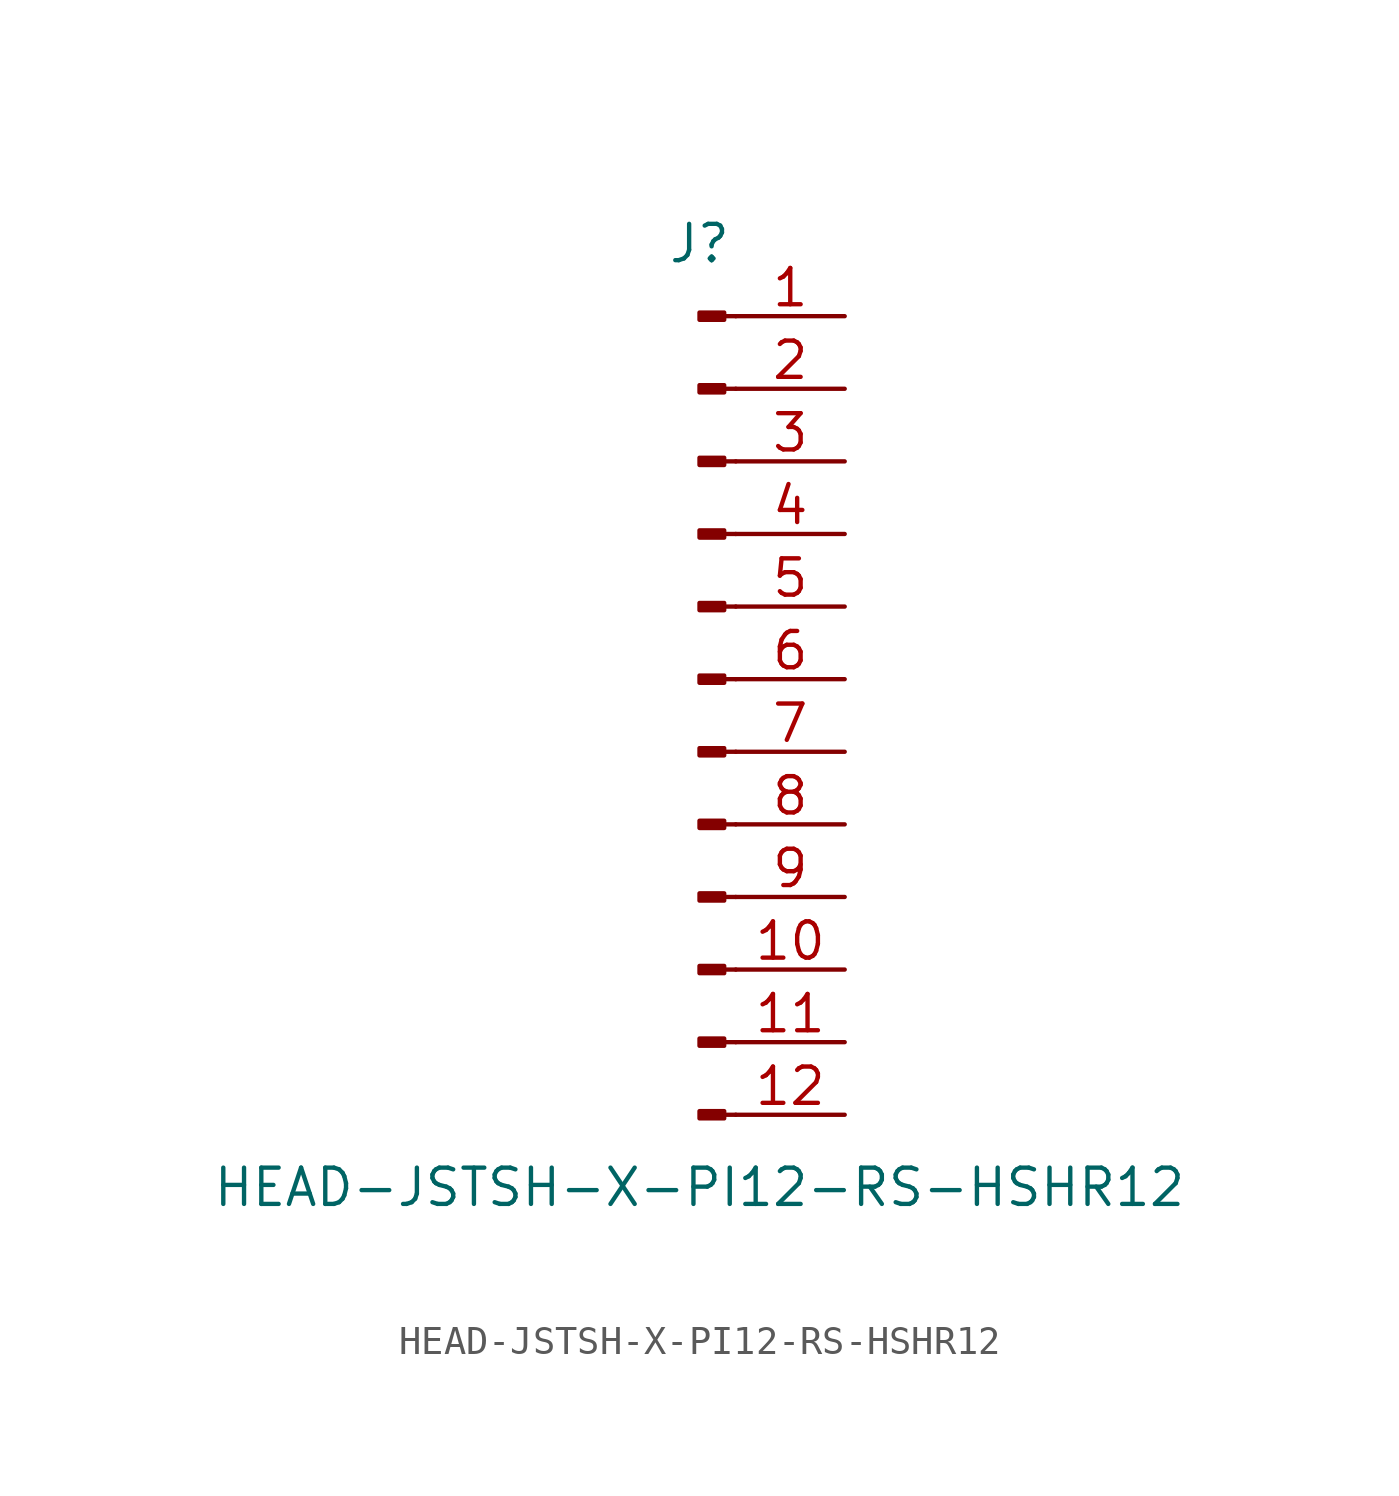
<source format=kicad_sym>
(kicad_symbol_lib
  (version 20211014)
  (generator kicad_symbol_editor)
  (symbol "HEAD-JSTSH-X-PI12-RS-HSHR12"
    (pin_names
      (offset 1.016) hide)
    (property "Reference" "J"
      (at 0 15.24 0)
      (effects (font (size 1.27 1.27))))
    (property "Value" "HEAD-JSTSH-X-PI12-RS-HSHR12"
      (at 0 -17.78 0)
      (effects (font (size 1.27 1.27))))
    (symbol "HEAD-JSTSH-X-PI12-RS-HSHR12_1_1"
      (polyline (pts (xy 1.27 -15.24) (xy 0.864 -15.24)) (stroke (width 0.152) (type default) (color 0 0 0 0)) (fill (type none)))
      (polyline (pts (xy 1.27 -12.7) (xy 0.864 -12.7)) (stroke (width 0.152) (type default) (color 0 0 0 0)) (fill (type none)))
      (polyline (pts (xy 1.27 -10.16) (xy 0.864 -10.16)) (stroke (width 0.152) (type default) (color 0 0 0 0)) (fill (type none)))
      (polyline (pts (xy 1.27 -7.62) (xy 0.864 -7.62)) (stroke (width 0.152) (type default) (color 0 0 0 0)) (fill (type none)))
      (polyline (pts (xy 1.27 -5.08) (xy 0.864 -5.08)) (stroke (width 0.152) (type default) (color 0 0 0 0)) (fill (type none)))
      (polyline (pts (xy 1.27 -2.54) (xy 0.864 -2.54)) (stroke (width 0.152) (type default) (color 0 0 0 0)) (fill (type none)))
      (polyline (pts (xy 1.27 0) (xy 0.864 0)) (stroke (width 0.152) (type default) (color 0 0 0 0)) (fill (type none)))
      (polyline (pts (xy 1.27 2.54) (xy 0.864 2.54)) (stroke (width 0.152) (type default) (color 0 0 0 0)) (fill (type none)))
      (polyline (pts (xy 1.27 5.08) (xy 0.864 5.08)) (stroke (width 0.152) (type default) (color 0 0 0 0)) (fill (type none)))
      (polyline (pts (xy 1.27 7.62) (xy 0.864 7.62)) (stroke (width 0.152) (type default) (color 0 0 0 0)) (fill (type none)))
      (polyline (pts (xy 1.27 10.16) (xy 0.864 10.16)) (stroke (width 0.152) (type default) (color 0 0 0 0)) (fill (type none)))
      (polyline (pts (xy 1.27 12.7) (xy 0.864 12.7)) (stroke (width 0.152) (type default) (color 0 0 0 0)) (fill (type none)))
      (rectangle (start 0.864 -15.113) (end 0 -15.367) (stroke (width 0.152) (type default) (color 0 0 0 0)) (fill (type outline)))
      (rectangle (start 0.864 -12.573) (end 0 -12.827) (stroke (width 0.152) (type default) (color 0 0 0 0)) (fill (type outline)))
      (rectangle (start 0.864 -10.033) (end 0 -10.287) (stroke (width 0.152) (type default) (color 0 0 0 0)) (fill (type outline)))
      (rectangle (start 0.864 -7.493) (end 0 -7.747) (stroke (width 0.152) (type default) (color 0 0 0 0)) (fill (type outline)))
      (rectangle (start 0.864 -4.953) (end 0 -5.207) (stroke (width 0.152) (type default) (color 0 0 0 0)) (fill (type outline)))
      (rectangle (start 0.864 -2.413) (end 0 -2.667) (stroke (width 0.152) (type default) (color 0 0 0 0)) (fill (type outline)))
      (rectangle (start 0.864 0.127) (end 0 -0.127) (stroke (width 0.152) (type default) (color 0 0 0 0)) (fill (type outline)))
      (rectangle (start 0.864 2.667) (end 0 2.413) (stroke (width 0.152) (type default) (color 0 0 0 0)) (fill (type outline)))
      (rectangle (start 0.864 5.207) (end 0 4.953) (stroke (width 0.152) (type default) (color 0 0 0 0)) (fill (type outline)))
      (rectangle (start 0.864 7.747) (end 0 7.493) (stroke (width 0.152) (type default) (color 0 0 0 0)) (fill (type outline)))
      (rectangle (start 0.864 10.287) (end 0 10.033) (stroke (width 0.152) (type default) (color 0 0 0 0)) (fill (type outline)))
      (rectangle (start 0.864 12.827) (end 0 12.573) (stroke (width 0.152) (type default) (color 0 0 0 0)) (fill (type outline)))
      (pin passive line (at 5.08 12.7 180) (length 3.81) (name "Pin_1" (effects (font (size 1.27 1.27)))) (number "1" (effects (font (size 1.27 1.27)))))
      (pin passive line (at 5.08 -10.16 180) (length 3.81) (name "Pin_10" (effects (font (size 1.27 1.27)))) (number "10" (effects (font (size 1.27 1.27)))))
      (pin passive line (at 5.08 -12.7 180) (length 3.81) (name "Pin_11" (effects (font (size 1.27 1.27)))) (number "11" (effects (font (size 1.27 1.27)))))
      (pin passive line (at 5.08 -15.24 180) (length 3.81) (name "Pin_12" (effects (font (size 1.27 1.27)))) (number "12" (effects (font (size 1.27 1.27)))))
      (pin passive line (at 5.08 10.16 180) (length 3.81) (name "Pin_2" (effects (font (size 1.27 1.27)))) (number "2" (effects (font (size 1.27 1.27)))))
      (pin passive line (at 5.08 7.62 180) (length 3.81) (name "Pin_3" (effects (font (size 1.27 1.27)))) (number "3" (effects (font (size 1.27 1.27)))))
      (pin passive line (at 5.08 5.08 180) (length 3.81) (name "Pin_4" (effects (font (size 1.27 1.27)))) (number "4" (effects (font (size 1.27 1.27)))))
      (pin passive line (at 5.08 2.54 180) (length 3.81) (name "Pin_5" (effects (font (size 1.27 1.27)))) (number "5" (effects (font (size 1.27 1.27)))))
      (pin passive line (at 5.08 0 180) (length 3.81) (name "Pin_6" (effects (font (size 1.27 1.27)))) (number "6" (effects (font (size 1.27 1.27)))))
      (pin passive line (at 5.08 -2.54 180) (length 3.81) (name "Pin_7" (effects (font (size 1.27 1.27)))) (number "7" (effects (font (size 1.27 1.27)))))
      (pin passive line (at 5.08 -5.08 180) (length 3.81) (name "Pin_8" (effects (font (size 1.27 1.27)))) (number "8" (effects (font (size 1.27 1.27)))))
      (pin passive line (at 5.08 -7.62 180) (length 3.81) (name "Pin_9" (effects (font (size 1.27 1.27)))) (number "9" (effects (font (size 1.27 1.27))))))))
</source>
